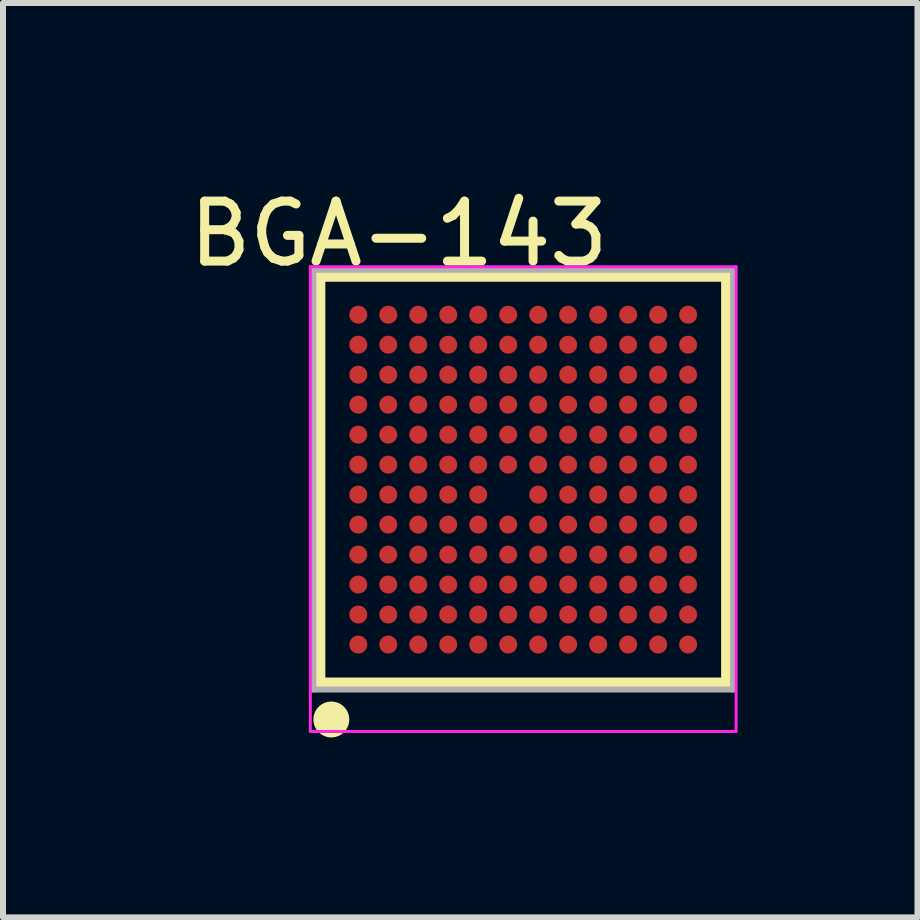
<source format=kicad_pcb>
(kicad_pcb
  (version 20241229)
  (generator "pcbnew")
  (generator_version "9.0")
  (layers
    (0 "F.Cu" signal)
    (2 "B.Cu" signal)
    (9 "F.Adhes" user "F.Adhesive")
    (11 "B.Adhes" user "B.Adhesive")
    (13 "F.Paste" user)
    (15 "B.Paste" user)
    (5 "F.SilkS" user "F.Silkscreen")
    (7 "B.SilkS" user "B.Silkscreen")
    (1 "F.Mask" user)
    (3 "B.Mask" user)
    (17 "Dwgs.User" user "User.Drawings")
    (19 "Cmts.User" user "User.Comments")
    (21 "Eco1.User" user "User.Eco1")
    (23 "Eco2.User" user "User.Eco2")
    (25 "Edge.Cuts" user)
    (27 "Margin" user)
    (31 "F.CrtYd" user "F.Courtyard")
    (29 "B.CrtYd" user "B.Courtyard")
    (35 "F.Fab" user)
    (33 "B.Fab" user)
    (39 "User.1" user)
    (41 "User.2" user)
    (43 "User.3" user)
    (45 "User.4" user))
  (footprint "BGA-143"
    (layer "F.Cu")
    (at 5.675 4.948)
    (property "Reference" "BGA-143" (at -2.074 -4.099 0) (layer "F.SilkS") (effects (font (size 1 1) (thickness 0.15))))
    (attr through_hole)
    (fp_line (start -3.4 -3.4) (end 3.4 -3.4) (stroke (width 0.2) (type solid)) (layer "F.SilkS"))
    (fp_line (start -3.4 3.4) (end -3.4 -3.4) (stroke (width 0.2) (type solid)) (layer "F.SilkS"))
    (fp_line (start -3.4 3.4) (end 3.4 3.4) (stroke (width 0.2) (type solid)) (layer "F.SilkS"))
    (fp_line (start 3.4 3.4) (end 3.4 -3.4) (stroke (width 0.2) (type solid)) (layer "F.SilkS"))
    (fp_circle (center -3.2 4) (end -3.05 4) (stroke (width 0.3) (type solid)) (fill no) (layer "F.SilkS"))
    (fp_line (start -3.55 -3.55) (end 3.55 -3.55) (stroke (width 0.05) (type solid)) (layer "F.CrtYd"))
    (fp_line (start -3.55 4.2) (end -3.55 -3.55) (stroke (width 0.05) (type solid)) (layer "F.CrtYd"))
    (fp_line (start 3.55 -3.55) (end 3.55 4.2) (stroke (width 0.05) (type solid)) (layer "F.CrtYd"))
    (fp_line (start 3.55 4.2) (end -3.55 4.2) (stroke (width 0.05) (type solid)) (layer "F.CrtYd"))
    (fp_line (start -3.5 -3.5) (end 3.5 -3.5) (stroke (width 0.1) (type solid)) (layer "F.Fab"))
    (fp_line (start -3.5 3.5) (end -3.5 -3.5) (stroke (width 0.1) (type solid)) (layer "F.Fab"))
    (fp_line (start -3.5 3.5) (end 3.5 3.5) (stroke (width 0.1) (type solid)) (layer "F.Fab"))
    (fp_line (start 3.5 3.5) (end 3.5 -3.5) (stroke (width 0.1) (type solid)) (layer "F.Fab"))
    (pad "A1" smd oval (at -2.75 2.75 90) (size 0.3 0.3) (layers "F.Cu" "F.Mask" "F.Paste"))
    (pad "A2" smd oval (at -2.75 2.25 90) (size 0.3 0.3) (layers "F.Cu" "F.Mask" "F.Paste"))
    (pad "A3" smd oval (at -2.75 1.75 90) (size 0.3 0.3) (layers "F.Cu" "F.Mask" "F.Paste"))
    (pad "A4" smd oval (at -2.75 1.25 90) (size 0.3 0.3) (layers "F.Cu" "F.Mask" "F.Paste"))
    (pad "A5" smd oval (at -2.75 0.75 90) (size 0.3 0.3) (layers "F.Cu" "F.Mask" "F.Paste"))
    (pad "A6" smd oval (at -2.75 0.25 90) (size 0.3 0.3) (layers "F.Cu" "F.Mask" "F.Paste"))
    (pad "A7" smd oval (at -2.75 -0.25 90) (size 0.3 0.3) (layers "F.Cu" "F.Mask" "F.Paste"))
    (pad "A8" smd oval (at -2.75 -0.75 90) (size 0.3 0.3) (layers "F.Cu" "F.Mask" "F.Paste"))
    (pad "A9" smd oval (at -2.75 -1.25 90) (size 0.3 0.3) (layers "F.Cu" "F.Mask" "F.Paste"))
    (pad "A10" smd oval (at -2.75 -1.75 90) (size 0.3 0.3) (layers "F.Cu" "F.Mask" "F.Paste"))
    (pad "A11" smd oval (at -2.75 -2.25 90) (size 0.3 0.3) (layers "F.Cu" "F.Mask" "F.Paste"))
    (pad "A12" smd oval (at -2.75 -2.75 90) (size 0.3 0.3) (layers "F.Cu" "F.Mask" "F.Paste"))
    (pad "B1" smd oval (at -2.25 2.75 90) (size 0.3 0.3) (layers "F.Cu" "F.Mask" "F.Paste"))
    (pad "B2" smd oval (at -2.25 2.25 90) (size 0.3 0.3) (layers "F.Cu" "F.Mask" "F.Paste"))
    (pad "B3" smd oval (at -2.25 1.75 90) (size 0.3 0.3) (layers "F.Cu" "F.Mask" "F.Paste"))
    (pad "B4" smd oval (at -2.25 1.25 90) (size 0.3 0.3) (layers "F.Cu" "F.Mask" "F.Paste"))
    (pad "B5" smd oval (at -2.25 0.75 90) (size 0.3 0.3) (layers "F.Cu" "F.Mask" "F.Paste"))
    (pad "B6" smd oval (at -2.25 0.25 90) (size 0.3 0.3) (layers "F.Cu" "F.Mask" "F.Paste"))
    (pad "B7" smd oval (at -2.25 -0.25 90) (size 0.3 0.3) (layers "F.Cu" "F.Mask" "F.Paste"))
    (pad "B8" smd oval (at -2.25 -0.75 90) (size 0.3 0.3) (layers "F.Cu" "F.Mask" "F.Paste"))
    (pad "B9" smd oval (at -2.25 -1.25 90) (size 0.3 0.3) (layers "F.Cu" "F.Mask" "F.Paste"))
    (pad "B10" smd oval (at -2.25 -1.75 90) (size 0.3 0.3) (layers "F.Cu" "F.Mask" "F.Paste"))
    (pad "B11" smd oval (at -2.25 -2.25 90) (size 0.3 0.3) (layers "F.Cu" "F.Mask" "F.Paste"))
    (pad "B12" smd oval (at -2.25 -2.75 90) (size 0.3 0.3) (layers "F.Cu" "F.Mask" "F.Paste"))
    (pad "C1" smd oval (at -1.75 2.75 90) (size 0.3 0.3) (layers "F.Cu" "F.Mask" "F.Paste"))
    (pad "C2" smd oval (at -1.75 2.25 90) (size 0.3 0.3) (layers "F.Cu" "F.Mask" "F.Paste"))
    (pad "C3" smd oval (at -1.75 1.75 90) (size 0.3 0.3) (layers "F.Cu" "F.Mask" "F.Paste"))
    (pad "C4" smd oval (at -1.75 1.25 90) (size 0.3 0.3) (layers "F.Cu" "F.Mask" "F.Paste"))
    (pad "C5" smd oval (at -1.75 0.75 90) (size 0.3 0.3) (layers "F.Cu" "F.Mask" "F.Paste"))
    (pad "C6" smd oval (at -1.75 0.25 90) (size 0.3 0.3) (layers "F.Cu" "F.Mask" "F.Paste"))
    (pad "C7" smd oval (at -1.75 -0.25 90) (size 0.3 0.3) (layers "F.Cu" "F.Mask" "F.Paste"))
    (pad "C8" smd oval (at -1.75 -0.75 90) (size 0.3 0.3) (layers "F.Cu" "F.Mask" "F.Paste"))
    (pad "C9" smd oval (at -1.75 -1.25 90) (size 0.3 0.3) (layers "F.Cu" "F.Mask" "F.Paste"))
    (pad "C10" smd oval (at -1.75 -1.75 90) (size 0.3 0.3) (layers "F.Cu" "F.Mask" "F.Paste"))
    (pad "C11" smd oval (at -1.75 -2.25 90) (size 0.3 0.3) (layers "F.Cu" "F.Mask" "F.Paste"))
    (pad "C12" smd oval (at -1.75 -2.75 90) (size 0.3 0.3) (layers "F.Cu" "F.Mask" "F.Paste"))
    (pad "D1" smd oval (at -1.25 2.75 90) (size 0.3 0.3) (layers "F.Cu" "F.Mask" "F.Paste"))
    (pad "D2" smd oval (at -1.25 2.25 90) (size 0.3 0.3) (layers "F.Cu" "F.Mask" "F.Paste"))
    (pad "D3" smd oval (at -1.25 1.75 90) (size 0.3 0.3) (layers "F.Cu" "F.Mask" "F.Paste"))
    (pad "D4" smd oval (at -1.25 1.25 90) (size 0.3 0.3) (layers "F.Cu" "F.Mask" "F.Paste"))
    (pad "D5" smd oval (at -1.25 0.75 90) (size 0.3 0.3) (layers "F.Cu" "F.Mask" "F.Paste"))
    (pad "D6" smd oval (at -1.25 0.25 90) (size 0.3 0.3) (layers "F.Cu" "F.Mask" "F.Paste"))
    (pad "D7" smd oval (at -1.25 -0.25 90) (size 0.3 0.3) (layers "F.Cu" "F.Mask" "F.Paste"))
    (pad "D8" smd oval (at -1.25 -0.75 90) (size 0.3 0.3) (layers "F.Cu" "F.Mask" "F.Paste"))
    (pad "D9" smd oval (at -1.25 -1.25 90) (size 0.3 0.3) (layers "F.Cu" "F.Mask" "F.Paste"))
    (pad "D10" smd oval (at -1.25 -1.75 90) (size 0.3 0.3) (layers "F.Cu" "F.Mask" "F.Paste"))
    (pad "D11" smd oval (at -1.25 -2.25 90) (size 0.3 0.3) (layers "F.Cu" "F.Mask" "F.Paste"))
    (pad "D12" smd oval (at -1.25 -2.75 90) (size 0.3 0.3) (layers "F.Cu" "F.Mask" "F.Paste"))
    (pad "E1" smd oval (at -0.75 2.75 90) (size 0.3 0.3) (layers "F.Cu" "F.Mask" "F.Paste"))
    (pad "E2" smd oval (at -0.75 2.25 90) (size 0.3 0.3) (layers "F.Cu" "F.Mask" "F.Paste"))
    (pad "E3" smd oval (at -0.75 1.75 90) (size 0.3 0.3) (layers "F.Cu" "F.Mask" "F.Paste"))
    (pad "E4" smd oval (at -0.75 1.25 90) (size 0.3 0.3) (layers "F.Cu" "F.Mask" "F.Paste"))
    (pad "E5" smd oval (at -0.75 0.75 90) (size 0.3 0.3) (layers "F.Cu" "F.Mask" "F.Paste"))
    (pad "E6" smd oval (at -0.75 0.25 90) (size 0.3 0.3) (layers "F.Cu" "F.Mask" "F.Paste"))
    (pad "E7" smd oval (at -0.75 -0.25 90) (size 0.3 0.3) (layers "F.Cu" "F.Mask" "F.Paste"))
    (pad "E8" smd oval (at -0.75 -0.75 90) (size 0.3 0.3) (layers "F.Cu" "F.Mask" "F.Paste"))
    (pad "E9" smd oval (at -0.75 -1.25 90) (size 0.3 0.3) (layers "F.Cu" "F.Mask" "F.Paste"))
    (pad "E10" smd oval (at -0.75 -1.75 90) (size 0.3 0.3) (layers "F.Cu" "F.Mask" "F.Paste"))
    (pad "E11" smd oval (at -0.75 -2.25 90) (size 0.3 0.3) (layers "F.Cu" "F.Mask" "F.Paste"))
    (pad "E12" smd oval (at -0.75 -2.75 90) (size 0.3 0.3) (layers "F.Cu" "F.Mask" "F.Paste"))
    (pad "F1" smd oval (at -0.25 2.75 90) (size 0.3 0.3) (layers "F.Cu" "F.Mask" "F.Paste"))
    (pad "F2" smd oval (at -0.25 2.25 90) (size 0.3 0.3) (layers "F.Cu" "F.Mask" "F.Paste"))
    (pad "F3" smd oval (at -0.25 1.75 90) (size 0.3 0.3) (layers "F.Cu" "F.Mask" "F.Paste"))
    (pad "F4" smd oval (at -0.25 1.25 90) (size 0.3 0.3) (layers "F.Cu" "F.Mask" "F.Paste"))
    (pad "F5" smd oval (at -0.25 0.75 90) (size 0.3 0.3) (layers "F.Cu" "F.Mask" "F.Paste"))
    (pad "F7" smd oval (at -0.25 -0.25 90) (size 0.3 0.3) (layers "F.Cu" "F.Mask" "F.Paste"))
    (pad "F8" smd oval (at -0.25 -0.75 90) (size 0.3 0.3) (layers "F.Cu" "F.Mask" "F.Paste"))
    (pad "F9" smd oval (at -0.25 -1.25 90) (size 0.3 0.3) (layers "F.Cu" "F.Mask" "F.Paste"))
    (pad "F10" smd oval (at -0.25 -1.75 90) (size 0.3 0.3) (layers "F.Cu" "F.Mask" "F.Paste"))
    (pad "F11" smd oval (at -0.25 -2.25 90) (size 0.3 0.3) (layers "F.Cu" "F.Mask" "F.Paste"))
    (pad "F12" smd oval (at -0.25 -2.75 90) (size 0.3 0.3) (layers "F.Cu" "F.Mask" "F.Paste"))
    (pad "G1" smd oval (at 0.25 2.75 90) (size 0.3 0.3) (layers "F.Cu" "F.Mask" "F.Paste"))
    (pad "G2" smd oval (at 0.25 2.25 90) (size 0.3 0.3) (layers "F.Cu" "F.Mask" "F.Paste"))
    (pad "G3" smd oval (at 0.25 1.75 90) (size 0.3 0.3) (layers "F.Cu" "F.Mask" "F.Paste"))
    (pad "G4" smd oval (at 0.25 1.25 90) (size 0.3 0.3) (layers "F.Cu" "F.Mask" "F.Paste"))
    (pad "G5" smd oval (at 0.25 0.75 90) (size 0.3 0.3) (layers "F.Cu" "F.Mask" "F.Paste"))
    (pad "G6" smd oval (at 0.25 0.25 90) (size 0.3 0.3) (layers "F.Cu" "F.Mask" "F.Paste"))
    (pad "G7" smd oval (at 0.25 -0.25 90) (size 0.3 0.3) (layers "F.Cu" "F.Mask" "F.Paste"))
    (pad "G8" smd oval (at 0.25 -0.75 90) (size 0.3 0.3) (layers "F.Cu" "F.Mask" "F.Paste"))
    (pad "G9" smd oval (at 0.25 -1.25 90) (size 0.3 0.3) (layers "F.Cu" "F.Mask" "F.Paste"))
    (pad "G10" smd oval (at 0.25 -1.75 90) (size 0.3 0.3) (layers "F.Cu" "F.Mask" "F.Paste"))
    (pad "G11" smd oval (at 0.25 -2.25 90) (size 0.3 0.3) (layers "F.Cu" "F.Mask" "F.Paste"))
    (pad "G12" smd oval (at 0.25 -2.75 90) (size 0.3 0.3) (layers "F.Cu" "F.Mask" "F.Paste"))
    (pad "H1" smd oval (at 0.75 2.75 90) (size 0.3 0.3) (layers "F.Cu" "F.Mask" "F.Paste"))
    (pad "H2" smd oval (at 0.75 2.25 90) (size 0.3 0.3) (layers "F.Cu" "F.Mask" "F.Paste"))
    (pad "H3" smd oval (at 0.75 1.75 90) (size 0.3 0.3) (layers "F.Cu" "F.Mask" "F.Paste"))
    (pad "H4" smd oval (at 0.75 1.25 90) (size 0.3 0.3) (layers "F.Cu" "F.Mask" "F.Paste"))
    (pad "H5" smd oval (at 0.75 0.75 90) (size 0.3 0.3) (layers "F.Cu" "F.Mask" "F.Paste"))
    (pad "H6" smd oval (at 0.75 0.25 90) (size 0.3 0.3) (layers "F.Cu" "F.Mask" "F.Paste"))
    (pad "H7" smd oval (at 0.75 -0.25 90) (size 0.3 0.3) (layers "F.Cu" "F.Mask" "F.Paste"))
    (pad "H8" smd oval (at 0.75 -0.75 90) (size 0.3 0.3) (layers "F.Cu" "F.Mask" "F.Paste"))
    (pad "H9" smd oval (at 0.75 -1.25 90) (size 0.3 0.3) (layers "F.Cu" "F.Mask" "F.Paste"))
    (pad "H10" smd oval (at 0.75 -1.75 90) (size 0.3 0.3) (layers "F.Cu" "F.Mask" "F.Paste"))
    (pad "H11" smd oval (at 0.75 -2.25 90) (size 0.3 0.3) (layers "F.Cu" "F.Mask" "F.Paste"))
    (pad "H12" smd oval (at 0.75 -2.75 90) (size 0.3 0.3) (layers "F.Cu" "F.Mask" "F.Paste"))
    (pad "J1" smd oval (at 1.25 2.75 90) (size 0.3 0.3) (layers "F.Cu" "F.Mask" "F.Paste"))
    (pad "J2" smd oval (at 1.25 2.25 90) (size 0.3 0.3) (layers "F.Cu" "F.Mask" "F.Paste"))
    (pad "J3" smd oval (at 1.25 1.75 90) (size 0.3 0.3) (layers "F.Cu" "F.Mask" "F.Paste"))
    (pad "J4" smd oval (at 1.25 1.25 90) (size 0.3 0.3) (layers "F.Cu" "F.Mask" "F.Paste"))
    (pad "J5" smd oval (at 1.25 0.75 90) (size 0.3 0.3) (layers "F.Cu" "F.Mask" "F.Paste"))
    (pad "J6" smd oval (at 1.25 0.25 90) (size 0.3 0.3) (layers "F.Cu" "F.Mask" "F.Paste"))
    (pad "J7" smd oval (at 1.25 -0.25 90) (size 0.3 0.3) (layers "F.Cu" "F.Mask" "F.Paste"))
    (pad "J8" smd oval (at 1.25 -0.75 90) (size 0.3 0.3) (layers "F.Cu" "F.Mask" "F.Paste"))
    (pad "J9" smd oval (at 1.25 -1.25 90) (size 0.3 0.3) (layers "F.Cu" "F.Mask" "F.Paste"))
    (pad "J10" smd oval (at 1.25 -1.75 90) (size 0.3 0.3) (layers "F.Cu" "F.Mask" "F.Paste"))
    (pad "J11" smd oval (at 1.25 -2.25 90) (size 0.3 0.3) (layers "F.Cu" "F.Mask" "F.Paste"))
    (pad "J12" smd oval (at 1.25 -2.75 90) (size 0.3 0.3) (layers "F.Cu" "F.Mask" "F.Paste"))
    (pad "K1" smd oval (at 1.75 2.75 90) (size 0.3 0.3) (layers "F.Cu" "F.Mask" "F.Paste"))
    (pad "K2" smd oval (at 1.75 2.25 90) (size 0.3 0.3) (layers "F.Cu" "F.Mask" "F.Paste"))
    (pad "K3" smd oval (at 1.75 1.75 90) (size 0.3 0.3) (layers "F.Cu" "F.Mask" "F.Paste"))
    (pad "K4" smd oval (at 1.75 1.25 90) (size 0.3 0.3) (layers "F.Cu" "F.Mask" "F.Paste"))
    (pad "K5" smd oval (at 1.75 0.75 90) (size 0.3 0.3) (layers "F.Cu" "F.Mask" "F.Paste"))
    (pad "K6" smd oval (at 1.75 0.25 90) (size 0.3 0.3) (layers "F.Cu" "F.Mask" "F.Paste"))
    (pad "K7" smd oval (at 1.75 -0.25 90) (size 0.3 0.3) (layers "F.Cu" "F.Mask" "F.Paste"))
    (pad "K8" smd oval (at 1.75 -0.75 90) (size 0.3 0.3) (layers "F.Cu" "F.Mask" "F.Paste"))
    (pad "K9" smd oval (at 1.75 -1.25 90) (size 0.3 0.3) (layers "F.Cu" "F.Mask" "F.Paste"))
    (pad "K10" smd oval (at 1.75 -1.75 90) (size 0.3 0.3) (layers "F.Cu" "F.Mask" "F.Paste"))
    (pad "K11" smd oval (at 1.75 -2.25 90) (size 0.3 0.3) (layers "F.Cu" "F.Mask" "F.Paste"))
    (pad "K12" smd oval (at 1.75 -2.75 90) (size 0.3 0.3) (layers "F.Cu" "F.Mask" "F.Paste"))
    (pad "L1" smd oval (at 2.25 2.75 90) (size 0.3 0.3) (layers "F.Cu" "F.Mask" "F.Paste"))
    (pad "L2" smd oval (at 2.25 2.25 90) (size 0.3 0.3) (layers "F.Cu" "F.Mask" "F.Paste"))
    (pad "L3" smd oval (at 2.25 1.75 90) (size 0.3 0.3) (layers "F.Cu" "F.Mask" "F.Paste"))
    (pad "L4" smd oval (at 2.25 1.25 90) (size 0.3 0.3) (layers "F.Cu" "F.Mask" "F.Paste"))
    (pad "L5" smd oval (at 2.25 0.75 90) (size 0.3 0.3) (layers "F.Cu" "F.Mask" "F.Paste"))
    (pad "L6" smd oval (at 2.25 0.25 90) (size 0.3 0.3) (layers "F.Cu" "F.Mask" "F.Paste"))
    (pad "L7" smd oval (at 2.25 -0.25 90) (size 0.3 0.3) (layers "F.Cu" "F.Mask" "F.Paste"))
    (pad "L8" smd oval (at 2.25 -0.75 90) (size 0.3 0.3) (layers "F.Cu" "F.Mask" "F.Paste"))
    (pad "L9" smd oval (at 2.25 -1.25 90) (size 0.3 0.3) (layers "F.Cu" "F.Mask" "F.Paste"))
    (pad "L10" smd oval (at 2.25 -1.75 90) (size 0.3 0.3) (layers "F.Cu" "F.Mask" "F.Paste"))
    (pad "L11" smd oval (at 2.25 -2.25 90) (size 0.3 0.3) (layers "F.Cu" "F.Mask" "F.Paste"))
    (pad "L12" smd oval (at 2.25 -2.75 90) (size 0.3 0.3) (layers "F.Cu" "F.Mask" "F.Paste"))
    (pad "M1" smd oval (at 2.75 2.75 90) (size 0.3 0.3) (layers "F.Cu" "F.Mask" "F.Paste"))
    (pad "M2" smd oval (at 2.75 2.25 90) (size 0.3 0.3) (layers "F.Cu" "F.Mask" "F.Paste"))
    (pad "M3" smd oval (at 2.75 1.75 90) (size 0.3 0.3) (layers "F.Cu" "F.Mask" "F.Paste"))
    (pad "M4" smd oval (at 2.75 1.25 90) (size 0.3 0.3) (layers "F.Cu" "F.Mask" "F.Paste"))
    (pad "M5" smd oval (at 2.75 0.75 90) (size 0.3 0.3) (layers "F.Cu" "F.Mask" "F.Paste"))
    (pad "M6" smd oval (at 2.75 0.25 90) (size 0.3 0.3) (layers "F.Cu" "F.Mask" "F.Paste"))
    (pad "M7" smd oval (at 2.75 -0.25 90) (size 0.3 0.3) (layers "F.Cu" "F.Mask" "F.Paste"))
    (pad "M8" smd oval (at 2.75 -0.75 90) (size 0.3 0.3) (layers "F.Cu" "F.Mask" "F.Paste"))
    (pad "M9" smd oval (at 2.75 -1.25 90) (size 0.3 0.3) (layers "F.Cu" "F.Mask" "F.Paste"))
    (pad "M10" smd oval (at 2.75 -1.75 90) (size 0.3 0.3) (layers "F.Cu" "F.Mask" "F.Paste"))
    (pad "M11" smd oval (at 2.75 -2.25 90) (size 0.3 0.3) (layers "F.Cu" "F.Mask" "F.Paste"))
    (pad "M12" smd oval (at 2.75 -2.75 90) (size 0.3 0.3) (layers "F.Cu" "F.Mask" "F.Paste")))
  (gr_rect
    (start -3 -3)
    (end 12.25 12.248)
    (stroke (width 0.1) (type default))
    (fill no)
    (layer "Edge.Cuts")))
</source>
